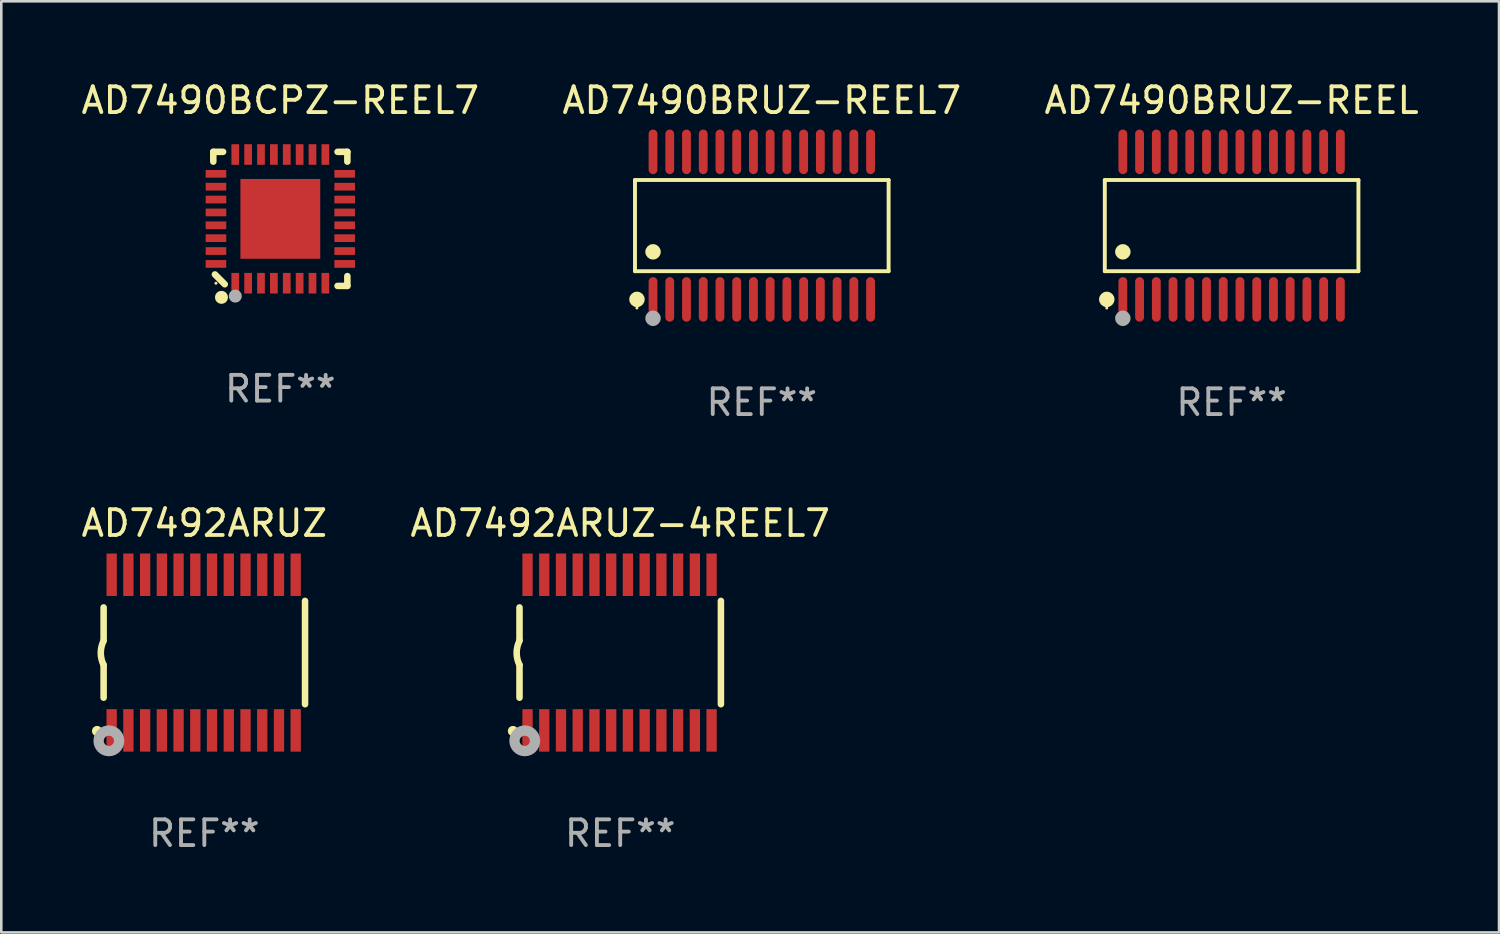
<source format=kicad_pcb>
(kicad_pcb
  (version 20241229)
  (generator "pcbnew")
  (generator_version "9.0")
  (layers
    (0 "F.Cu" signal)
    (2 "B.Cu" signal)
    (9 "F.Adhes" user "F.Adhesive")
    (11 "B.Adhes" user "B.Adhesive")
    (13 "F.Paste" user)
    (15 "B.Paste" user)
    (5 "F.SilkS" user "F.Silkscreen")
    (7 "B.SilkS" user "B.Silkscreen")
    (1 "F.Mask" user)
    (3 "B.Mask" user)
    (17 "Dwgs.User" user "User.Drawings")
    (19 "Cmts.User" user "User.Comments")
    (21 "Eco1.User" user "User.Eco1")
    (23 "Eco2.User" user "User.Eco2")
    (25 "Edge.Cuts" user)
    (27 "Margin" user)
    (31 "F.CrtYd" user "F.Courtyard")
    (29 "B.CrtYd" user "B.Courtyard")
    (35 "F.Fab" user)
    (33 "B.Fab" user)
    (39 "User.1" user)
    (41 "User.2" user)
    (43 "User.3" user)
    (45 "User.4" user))
  (footprint "AD7492ARUZ-4REEL7"
    (layer "F.Cu")
    (at 21.042 22.299)
    (property "Reference" "AD7492ARUZ-4REEL7" (at 0 -5.023 0) (layer "F.SilkS") (effects (font (size 1 1) (thickness 0.15))))
    (attr through_hole)
    (fp_line (start -3.912 -0.483) (end -3.912 -1.753) (stroke (width 0.254) (type solid)) (layer "F.SilkS"))
    (fp_line (start -3.912 1.753) (end -3.912 0.483) (stroke (width 0.254) (type solid)) (layer "F.SilkS"))
    (fp_line (start 3.912 -2.007) (end 3.912 2.007) (stroke (width 0.254) (type solid)) (layer "F.SilkS"))
    (fp_arc (start -3.911608 0.482601) (mid -4.022537 0.0127) (end -3.911608 -0.457201) (stroke (width 0.254001) (type solid)) (layer "F.SilkS"))
    (fp_circle (center -4.166 3.048) (end -4.066 3.048) (stroke (width 0.2) (type solid)) (fill no) (layer "F.SilkS"))
    (fp_circle (center -3.925 3.186) (end -3.895 3.186) (stroke (width 0.06) (type solid)) (fill no) (layer "F.SilkS"))
    (fp_circle (center -3.708 3.429) (end -3.509 3.429) (stroke (width 0.4) (type solid)) (fill no) (layer "F.Fab"))
    (fp_text user "REF**" (at 0 7.023 0) (layer "F.Fab") (effects (font (size 1 1) (thickness 0.15))))
    (pad "1" smd rect (at -3.6 3.023) (size 0.4 1.65) (layers "F.Cu" "F.Mask" "F.Paste"))
    (pad "2" smd rect (at -2.95 3.023) (size 0.4 1.65) (layers "F.Cu" "F.Mask" "F.Paste"))
    (pad "3" smd rect (at -2.3 3.023) (size 0.4 1.65) (layers "F.Cu" "F.Mask" "F.Paste"))
    (pad "4" smd rect (at -1.65 3.023) (size 0.4 1.65) (layers "F.Cu" "F.Mask" "F.Paste"))
    (pad "5" smd rect (at -1 3.023) (size 0.4 1.65) (layers "F.Cu" "F.Mask" "F.Paste"))
    (pad "6" smd rect (at -0.35 3.023) (size 0.4 1.65) (layers "F.Cu" "F.Mask" "F.Paste"))
    (pad "7" smd rect (at 0.299 3.023) (size 0.4 1.65) (layers "F.Cu" "F.Mask" "F.Paste"))
    (pad "8" smd rect (at 0.95 3.023) (size 0.4 1.65) (layers "F.Cu" "F.Mask" "F.Paste"))
    (pad "9" smd rect (at 1.6 3.023) (size 0.4 1.65) (layers "F.Cu" "F.Mask" "F.Paste"))
    (pad "10" smd rect (at 2.25 3.023) (size 0.4 1.65) (layers "F.Cu" "F.Mask" "F.Paste"))
    (pad "11" smd rect (at 2.9 3.023) (size 0.4 1.65) (layers "F.Cu" "F.Mask" "F.Paste"))
    (pad "12" smd rect (at 3.549 3.023) (size 0.4 1.65) (layers "F.Cu" "F.Mask" "F.Paste"))
    (pad "13" smd rect (at 3.549 -3.023) (size 0.4 1.65) (layers "F.Cu" "F.Mask" "F.Paste"))
    (pad "14" smd rect (at 2.9 -3.023) (size 0.4 1.65) (layers "F.Cu" "F.Mask" "F.Paste"))
    (pad "15" smd rect (at 2.25 -3.023) (size 0.4 1.65) (layers "F.Cu" "F.Mask" "F.Paste"))
    (pad "16" smd rect (at 1.6 -3.023) (size 0.4 1.65) (layers "F.Cu" "F.Mask" "F.Paste"))
    (pad "17" smd rect (at 0.95 -3.023) (size 0.4 1.65) (layers "F.Cu" "F.Mask" "F.Paste"))
    (pad "18" smd rect (at 0.299 -3.023) (size 0.4 1.65) (layers "F.Cu" "F.Mask" "F.Paste"))
    (pad "19" smd rect (at -0.35 -3.023) (size 0.4 1.65) (layers "F.Cu" "F.Mask" "F.Paste"))
    (pad "20" smd rect (at -1 -3.023) (size 0.4 1.65) (layers "F.Cu" "F.Mask" "F.Paste"))
    (pad "21" smd rect (at -1.65 -3.023) (size 0.4 1.65) (layers "F.Cu" "F.Mask" "F.Paste"))
    (pad "22" smd rect (at -2.3 -3.023) (size 0.4 1.65) (layers "F.Cu" "F.Mask" "F.Paste"))
    (pad "23" smd rect (at -2.95 -3.023) (size 0.4 1.65) (layers "F.Cu" "F.Mask" "F.Paste"))
    (pad "24" smd rect (at -3.6 -3.023) (size 0.4 1.65) (layers "F.Cu" "F.Mask" "F.Paste")))
  (footprint "AD7490BRUZ-REEL7"
    (layer "F.Cu")
    (at 26.542 5.714)
    (property "Reference" "AD7490BRUZ-REEL7" (at 0 -4.866 0) (layer "F.SilkS") (effects (font (size 1 1) (thickness 0.15))))
    (attr through_hole)
    (fp_line (start -4.926 -1.772) (end 4.926 -1.772) (stroke (width 0.152) (type solid)) (layer "F.SilkS"))
    (fp_line (start -4.926 1.771) (end -4.926 -1.772) (stroke (width 0.152) (type solid)) (layer "F.SilkS"))
    (fp_line (start 4.926 -1.772) (end 4.926 1.771) (stroke (width 0.152) (type solid)) (layer "F.SilkS"))
    (fp_line (start 4.926 1.771) (end -4.926 1.771) (stroke (width 0.152) (type solid)) (layer "F.SilkS"))
    (fp_circle (center -4.85 3.2) (end -4.82 3.2) (stroke (width 0.06) (type solid)) (fill no) (layer "F.SilkS"))
    (fp_circle (center -4.849 2.866) (end -4.699 2.866) (stroke (width 0.3) (type solid)) (fill no) (layer "F.SilkS"))
    (fp_circle (center -4.225 1.019) (end -4.075 1.019) (stroke (width 0.3) (type solid)) (fill no) (layer "F.SilkS"))
    (fp_circle (center -4.225 3.6) (end -4.075 3.6) (stroke (width 0.3) (type solid)) (fill no) (layer "F.Fab"))
    (fp_text user "REF**" (at 0 6.866 0) (layer "F.Fab") (effects (font (size 1 1) (thickness 0.15))))
    (pad "1" smd oval (at -4.225 2.866) (size 0.343 1.731) (layers "F.Cu" "F.Mask" "F.Paste"))
    (pad "2" smd oval (at -3.575 2.866) (size 0.343 1.731) (layers "F.Cu" "F.Mask" "F.Paste"))
    (pad "3" smd oval (at -2.925 2.866) (size 0.343 1.731) (layers "F.Cu" "F.Mask" "F.Paste"))
    (pad "4" smd oval (at -2.275 2.866) (size 0.343 1.731) (layers "F.Cu" "F.Mask" "F.Paste"))
    (pad "5" smd oval (at -1.625 2.866) (size 0.343 1.731) (layers "F.Cu" "F.Mask" "F.Paste"))
    (pad "6" smd oval (at -0.975 2.866) (size 0.343 1.731) (layers "F.Cu" "F.Mask" "F.Paste"))
    (pad "7" smd oval (at -0.325 2.866) (size 0.343 1.731) (layers "F.Cu" "F.Mask" "F.Paste"))
    (pad "8" smd oval (at 0.325 2.866) (size 0.343 1.731) (layers "F.Cu" "F.Mask" "F.Paste"))
    (pad "9" smd oval (at 0.975 2.866) (size 0.343 1.731) (layers "F.Cu" "F.Mask" "F.Paste"))
    (pad "10" smd oval (at 1.625 2.866) (size 0.343 1.731) (layers "F.Cu" "F.Mask" "F.Paste"))
    (pad "11" smd oval (at 2.275 2.866) (size 0.343 1.731) (layers "F.Cu" "F.Mask" "F.Paste"))
    (pad "12" smd oval (at 2.925 2.866) (size 0.343 1.731) (layers "F.Cu" "F.Mask" "F.Paste"))
    (pad "13" smd oval (at 3.575 2.866) (size 0.343 1.731) (layers "F.Cu" "F.Mask" "F.Paste"))
    (pad "14" smd oval (at 4.225 2.866) (size 0.343 1.731) (layers "F.Cu" "F.Mask" "F.Paste"))
    (pad "15" smd oval (at 4.225 -2.866) (size 0.343 1.731) (layers "F.Cu" "F.Mask" "F.Paste"))
    (pad "16" smd oval (at 3.575 -2.866) (size 0.343 1.731) (layers "F.Cu" "F.Mask" "F.Paste"))
    (pad "17" smd oval (at 2.925 -2.866) (size 0.343 1.731) (layers "F.Cu" "F.Mask" "F.Paste"))
    (pad "18" smd oval (at 2.275 -2.866) (size 0.343 1.731) (layers "F.Cu" "F.Mask" "F.Paste"))
    (pad "19" smd oval (at 1.625 -2.866) (size 0.343 1.731) (layers "F.Cu" "F.Mask" "F.Paste"))
    (pad "20" smd oval (at 0.975 -2.866) (size 0.343 1.731) (layers "F.Cu" "F.Mask" "F.Paste"))
    (pad "21" smd oval (at 0.325 -2.866) (size 0.343 1.731) (layers "F.Cu" "F.Mask" "F.Paste"))
    (pad "22" smd oval (at -0.325 -2.866) (size 0.343 1.731) (layers "F.Cu" "F.Mask" "F.Paste"))
    (pad "23" smd oval (at -0.975 -2.866) (size 0.343 1.731) (layers "F.Cu" "F.Mask" "F.Paste"))
    (pad "24" smd oval (at -1.625 -2.866) (size 0.343 1.731) (layers "F.Cu" "F.Mask" "F.Paste"))
    (pad "25" smd oval (at -2.275 -2.866) (size 0.343 1.731) (layers "F.Cu" "F.Mask" "F.Paste"))
    (pad "26" smd oval (at -2.925 -2.866) (size 0.343 1.731) (layers "F.Cu" "F.Mask" "F.Paste"))
    (pad "27" smd oval (at -3.575 -2.866) (size 0.343 1.731) (layers "F.Cu" "F.Mask" "F.Paste"))
    (pad "28" smd oval (at -4.225 -2.866) (size 0.343 1.731) (layers "F.Cu" "F.Mask" "F.Paste")))
  (footprint "AD7490BRUZ-REEL"
    (layer "F.Cu")
    (at 44.792 5.714)
    (property "Reference" "AD7490BRUZ-REEL" (at 0 -4.866 0) (layer "F.SilkS") (effects (font (size 1 1) (thickness 0.15))))
    (attr through_hole)
    (fp_line (start -4.926 -1.772) (end 4.926 -1.772) (stroke (width 0.152) (type solid)) (layer "F.SilkS"))
    (fp_line (start -4.926 1.771) (end -4.926 -1.772) (stroke (width 0.152) (type solid)) (layer "F.SilkS"))
    (fp_line (start 4.926 -1.772) (end 4.926 1.771) (stroke (width 0.152) (type solid)) (layer "F.SilkS"))
    (fp_line (start 4.926 1.771) (end -4.926 1.771) (stroke (width 0.152) (type solid)) (layer "F.SilkS"))
    (fp_circle (center -4.85 3.2) (end -4.82 3.2) (stroke (width 0.06) (type solid)) (fill no) (layer "F.SilkS"))
    (fp_circle (center -4.849 2.866) (end -4.699 2.866) (stroke (width 0.3) (type solid)) (fill no) (layer "F.SilkS"))
    (fp_circle (center -4.225 1.019) (end -4.075 1.019) (stroke (width 0.3) (type solid)) (fill no) (layer "F.SilkS"))
    (fp_circle (center -4.225 3.6) (end -4.075 3.6) (stroke (width 0.3) (type solid)) (fill no) (layer "F.Fab"))
    (fp_text user "REF**" (at 0 6.866 0) (layer "F.Fab") (effects (font (size 1 1) (thickness 0.15))))
    (pad "1" smd oval (at -4.225 2.866) (size 0.343 1.731) (layers "F.Cu" "F.Mask" "F.Paste"))
    (pad "2" smd oval (at -3.575 2.866) (size 0.343 1.731) (layers "F.Cu" "F.Mask" "F.Paste"))
    (pad "3" smd oval (at -2.925 2.866) (size 0.343 1.731) (layers "F.Cu" "F.Mask" "F.Paste"))
    (pad "4" smd oval (at -2.275 2.866) (size 0.343 1.731) (layers "F.Cu" "F.Mask" "F.Paste"))
    (pad "5" smd oval (at -1.625 2.866) (size 0.343 1.731) (layers "F.Cu" "F.Mask" "F.Paste"))
    (pad "6" smd oval (at -0.975 2.866) (size 0.343 1.731) (layers "F.Cu" "F.Mask" "F.Paste"))
    (pad "7" smd oval (at -0.325 2.866) (size 0.343 1.731) (layers "F.Cu" "F.Mask" "F.Paste"))
    (pad "8" smd oval (at 0.325 2.866) (size 0.343 1.731) (layers "F.Cu" "F.Mask" "F.Paste"))
    (pad "9" smd oval (at 0.975 2.866) (size 0.343 1.731) (layers "F.Cu" "F.Mask" "F.Paste"))
    (pad "10" smd oval (at 1.625 2.866) (size 0.343 1.731) (layers "F.Cu" "F.Mask" "F.Paste"))
    (pad "11" smd oval (at 2.275 2.866) (size 0.343 1.731) (layers "F.Cu" "F.Mask" "F.Paste"))
    (pad "12" smd oval (at 2.925 2.866) (size 0.343 1.731) (layers "F.Cu" "F.Mask" "F.Paste"))
    (pad "13" smd oval (at 3.575 2.866) (size 0.343 1.731) (layers "F.Cu" "F.Mask" "F.Paste"))
    (pad "14" smd oval (at 4.225 2.866) (size 0.343 1.731) (layers "F.Cu" "F.Mask" "F.Paste"))
    (pad "15" smd oval (at 4.225 -2.866) (size 0.343 1.731) (layers "F.Cu" "F.Mask" "F.Paste"))
    (pad "16" smd oval (at 3.575 -2.866) (size 0.343 1.731) (layers "F.Cu" "F.Mask" "F.Paste"))
    (pad "17" smd oval (at 2.925 -2.866) (size 0.343 1.731) (layers "F.Cu" "F.Mask" "F.Paste"))
    (pad "18" smd oval (at 2.275 -2.866) (size 0.343 1.731) (layers "F.Cu" "F.Mask" "F.Paste"))
    (pad "19" smd oval (at 1.625 -2.866) (size 0.343 1.731) (layers "F.Cu" "F.Mask" "F.Paste"))
    (pad "20" smd oval (at 0.975 -2.866) (size 0.343 1.731) (layers "F.Cu" "F.Mask" "F.Paste"))
    (pad "21" smd oval (at 0.325 -2.866) (size 0.343 1.731) (layers "F.Cu" "F.Mask" "F.Paste"))
    (pad "22" smd oval (at -0.325 -2.866) (size 0.343 1.731) (layers "F.Cu" "F.Mask" "F.Paste"))
    (pad "23" smd oval (at -0.975 -2.866) (size 0.343 1.731) (layers "F.Cu" "F.Mask" "F.Paste"))
    (pad "24" smd oval (at -1.625 -2.866) (size 0.343 1.731) (layers "F.Cu" "F.Mask" "F.Paste"))
    (pad "25" smd oval (at -2.275 -2.866) (size 0.343 1.731) (layers "F.Cu" "F.Mask" "F.Paste"))
    (pad "26" smd oval (at -2.925 -2.866) (size 0.343 1.731) (layers "F.Cu" "F.Mask" "F.Paste"))
    (pad "27" smd oval (at -3.575 -2.866) (size 0.343 1.731) (layers "F.Cu" "F.Mask" "F.Paste"))
    (pad "28" smd oval (at -4.225 -2.866) (size 0.343 1.731) (layers "F.Cu" "F.Mask" "F.Paste")))
  (footprint "AD7490BCPZ-REEL7"
    (layer "F.Cu")
    (at 7.839 5.452)
    (property "Reference" "AD7490BCPZ-REEL7" (at 0 -4.604 0) (layer "F.SilkS") (effects (font (size 1 1) (thickness 0.15))))
    (attr through_hole)
    (fp_line (start -2.604 -2.604) (end -2.604 -2.223) (stroke (width 0.254) (type solid)) (layer "F.SilkS"))
    (fp_line (start -2.54 2.159) (end -2.159 2.54) (stroke (width 0.254) (type solid)) (layer "F.SilkS"))
    (fp_line (start -2.223 -2.604) (end -2.604 -2.604) (stroke (width 0.254) (type solid)) (layer "F.SilkS"))
    (fp_line (start 2.223 2.604) (end 2.604 2.604) (stroke (width 0.254) (type solid)) (layer "F.SilkS"))
    (fp_line (start 2.604 -2.604) (end 2.223 -2.604) (stroke (width 0.254) (type solid)) (layer "F.SilkS"))
    (fp_line (start 2.604 -2.223) (end 2.604 -2.604) (stroke (width 0.254) (type solid)) (layer "F.SilkS"))
    (fp_line (start 2.604 2.604) (end 2.604 2.223) (stroke (width 0.254) (type solid)) (layer "F.SilkS"))
    (fp_circle (center -2.5 2.5) (end -2.47 2.5) (stroke (width 0.06) (type solid)) (fill no) (layer "F.SilkS"))
    (fp_circle (center -2.286 3.048) (end -2.159 3.048) (stroke (width 0.254) (type solid)) (fill no) (layer "F.SilkS"))
    (fp_circle (center -1.75 3) (end -1.623 3) (stroke (width 0.254) (type solid)) (fill no) (layer "F.Fab"))
    (fp_text user "REF**" (at 0 6.604 0) (layer "F.Fab") (effects (font (size 1 1) (thickness 0.15))))
    (pad "1" smd rect (at -1.75 2.5) (size 0.3 0.8) (layers "F.Cu" "F.Mask" "F.Paste"))
    (pad "2" smd rect (at -1.25 2.5) (size 0.3 0.8) (layers "F.Cu" "F.Mask" "F.Paste"))
    (pad "3" smd rect (at -0.75 2.5) (size 0.3 0.8) (layers "F.Cu" "F.Mask" "F.Paste"))
    (pad "4" smd rect (at -0.25 2.5) (size 0.3 0.8) (layers "F.Cu" "F.Mask" "F.Paste"))
    (pad "5" smd rect (at 0.25 2.5) (size 0.3 0.8) (layers "F.Cu" "F.Mask" "F.Paste"))
    (pad "6" smd rect (at 0.75 2.5) (size 0.3 0.8) (layers "F.Cu" "F.Mask" "F.Paste"))
    (pad "7" smd rect (at 1.25 2.5) (size 0.3 0.8) (layers "F.Cu" "F.Mask" "F.Paste"))
    (pad "8" smd rect (at 1.75 2.5) (size 0.3 0.8) (layers "F.Cu" "F.Mask" "F.Paste"))
    (pad "9" smd rect (at 2.5 1.75) (size 0.8 0.3) (layers "F.Cu" "F.Mask" "F.Paste"))
    (pad "10" smd rect (at 2.5 1.25) (size 0.8 0.3) (layers "F.Cu" "F.Mask" "F.Paste"))
    (pad "11" smd rect (at 2.5 0.75) (size 0.8 0.3) (layers "F.Cu" "F.Mask" "F.Paste"))
    (pad "12" smd rect (at 2.5 0.25) (size 0.8 0.3) (layers "F.Cu" "F.Mask" "F.Paste"))
    (pad "13" smd rect (at 2.5 -0.25) (size 0.8 0.3) (layers "F.Cu" "F.Mask" "F.Paste"))
    (pad "14" smd rect (at 2.5 -0.75) (size 0.8 0.3) (layers "F.Cu" "F.Mask" "F.Paste"))
    (pad "15" smd rect (at 2.5 -1.25) (size 0.8 0.3) (layers "F.Cu" "F.Mask" "F.Paste"))
    (pad "16" smd rect (at 2.5 -1.75) (size 0.8 0.3) (layers "F.Cu" "F.Mask" "F.Paste"))
    (pad "17" smd rect (at 1.75 -2.5) (size 0.3 0.8) (layers "F.Cu" "F.Mask" "F.Paste"))
    (pad "18" smd rect (at 1.25 -2.5) (size 0.3 0.8) (layers "F.Cu" "F.Mask" "F.Paste"))
    (pad "19" smd rect (at 0.75 -2.5) (size 0.3 0.8) (layers "F.Cu" "F.Mask" "F.Paste"))
    (pad "20" smd rect (at 0.25 -2.5) (size 0.3 0.8) (layers "F.Cu" "F.Mask" "F.Paste"))
    (pad "21" smd rect (at -0.25 -2.5) (size 0.3 0.8) (layers "F.Cu" "F.Mask" "F.Paste"))
    (pad "22" smd rect (at -0.75 -2.5) (size 0.3 0.8) (layers "F.Cu" "F.Mask" "F.Paste"))
    (pad "23" smd rect (at -1.25 -2.5) (size 0.3 0.8) (layers "F.Cu" "F.Mask" "F.Paste"))
    (pad "24" smd rect (at -1.75 -2.5) (size 0.3 0.8) (layers "F.Cu" "F.Mask" "F.Paste"))
    (pad "25" smd rect (at -2.5 -1.75) (size 0.8 0.3) (layers "F.Cu" "F.Mask" "F.Paste"))
    (pad "26" smd rect (at -2.5 -1.25) (size 0.8 0.3) (layers "F.Cu" "F.Mask" "F.Paste"))
    (pad "27" smd rect (at -2.5 -0.75) (size 0.8 0.3) (layers "F.Cu" "F.Mask" "F.Paste"))
    (pad "28" smd rect (at -2.5 -0.25) (size 0.8 0.3) (layers "F.Cu" "F.Mask" "F.Paste"))
    (pad "29" smd rect (at -2.5 0.25) (size 0.8 0.3) (layers "F.Cu" "F.Mask" "F.Paste"))
    (pad "30" smd rect (at -2.5 0.75) (size 0.8 0.3) (layers "F.Cu" "F.Mask" "F.Paste"))
    (pad "31" smd rect (at -2.5 1.25) (size 0.8 0.3) (layers "F.Cu" "F.Mask" "F.Paste"))
    (pad "32" smd rect (at -2.5 1.75) (size 0.8 0.3) (layers "F.Cu" "F.Mask" "F.Paste"))
    (pad "33" smd rect (at 0 -0.000025) (size 3.1 3.1) (layers "F.Cu" "F.Mask" "F.Paste")))
  (footprint "AD7492ARUZ"
    (layer "F.Cu")
    (at 4.887 22.299)
    (property "Reference" "AD7492ARUZ" (at 0 -5.023 0) (layer "F.SilkS") (effects (font (size 1 1) (thickness 0.15))))
    (attr through_hole)
    (fp_line (start -3.912 -0.483) (end -3.912 -1.753) (stroke (width 0.254) (type solid)) (layer "F.SilkS"))
    (fp_line (start -3.912 1.753) (end -3.912 0.483) (stroke (width 0.254) (type solid)) (layer "F.SilkS"))
    (fp_line (start 3.912 -2.007) (end 3.912 2.007) (stroke (width 0.254) (type solid)) (layer "F.SilkS"))
    (fp_arc (start -3.911608 0.482601) (mid -4.022537 0.0127) (end -3.911608 -0.457201) (stroke (width 0.254001) (type solid)) (layer "F.SilkS"))
    (fp_circle (center -4.166 3.048) (end -4.066 3.048) (stroke (width 0.2) (type solid)) (fill no) (layer "F.SilkS"))
    (fp_circle (center -3.925 3.186) (end -3.895 3.186) (stroke (width 0.06) (type solid)) (fill no) (layer "F.SilkS"))
    (fp_circle (center -3.708 3.429) (end -3.509 3.429) (stroke (width 0.4) (type solid)) (fill no) (layer "F.Fab"))
    (fp_text user "REF**" (at 0 7.023 0) (layer "F.Fab") (effects (font (size 1 1) (thickness 0.15))))
    (pad "1" smd rect (at -3.6 3.023) (size 0.4 1.65) (layers "F.Cu" "F.Mask" "F.Paste"))
    (pad "2" smd rect (at -2.95 3.023) (size 0.4 1.65) (layers "F.Cu" "F.Mask" "F.Paste"))
    (pad "3" smd rect (at -2.3 3.023) (size 0.4 1.65) (layers "F.Cu" "F.Mask" "F.Paste"))
    (pad "4" smd rect (at -1.65 3.023) (size 0.4 1.65) (layers "F.Cu" "F.Mask" "F.Paste"))
    (pad "5" smd rect (at -1 3.023) (size 0.4 1.65) (layers "F.Cu" "F.Mask" "F.Paste"))
    (pad "6" smd rect (at -0.35 3.023) (size 0.4 1.65) (layers "F.Cu" "F.Mask" "F.Paste"))
    (pad "7" smd rect (at 0.299 3.023) (size 0.4 1.65) (layers "F.Cu" "F.Mask" "F.Paste"))
    (pad "8" smd rect (at 0.95 3.023) (size 0.4 1.65) (layers "F.Cu" "F.Mask" "F.Paste"))
    (pad "9" smd rect (at 1.6 3.023) (size 0.4 1.65) (layers "F.Cu" "F.Mask" "F.Paste"))
    (pad "10" smd rect (at 2.25 3.023) (size 0.4 1.65) (layers "F.Cu" "F.Mask" "F.Paste"))
    (pad "11" smd rect (at 2.9 3.023) (size 0.4 1.65) (layers "F.Cu" "F.Mask" "F.Paste"))
    (pad "12" smd rect (at 3.549 3.023) (size 0.4 1.65) (layers "F.Cu" "F.Mask" "F.Paste"))
    (pad "13" smd rect (at 3.549 -3.023) (size 0.4 1.65) (layers "F.Cu" "F.Mask" "F.Paste"))
    (pad "14" smd rect (at 2.9 -3.023) (size 0.4 1.65) (layers "F.Cu" "F.Mask" "F.Paste"))
    (pad "15" smd rect (at 2.25 -3.023) (size 0.4 1.65) (layers "F.Cu" "F.Mask" "F.Paste"))
    (pad "16" smd rect (at 1.6 -3.023) (size 0.4 1.65) (layers "F.Cu" "F.Mask" "F.Paste"))
    (pad "17" smd rect (at 0.95 -3.023) (size 0.4 1.65) (layers "F.Cu" "F.Mask" "F.Paste"))
    (pad "18" smd rect (at 0.299 -3.023) (size 0.4 1.65) (layers "F.Cu" "F.Mask" "F.Paste"))
    (pad "19" smd rect (at -0.35 -3.023) (size 0.4 1.65) (layers "F.Cu" "F.Mask" "F.Paste"))
    (pad "20" smd rect (at -1 -3.023) (size 0.4 1.65) (layers "F.Cu" "F.Mask" "F.Paste"))
    (pad "21" smd rect (at -1.65 -3.023) (size 0.4 1.65) (layers "F.Cu" "F.Mask" "F.Paste"))
    (pad "22" smd rect (at -2.3 -3.023) (size 0.4 1.65) (layers "F.Cu" "F.Mask" "F.Paste"))
    (pad "23" smd rect (at -2.95 -3.023) (size 0.4 1.65) (layers "F.Cu" "F.Mask" "F.Paste"))
    (pad "24" smd rect (at -3.6 -3.023) (size 0.4 1.65) (layers "F.Cu" "F.Mask" "F.Paste")))
  (gr_rect
    (start -3 -3)
    (end 55.179 33.17)
    (stroke (width 0.1) (type default))
    (fill no)
    (layer "Edge.Cuts")))
</source>
